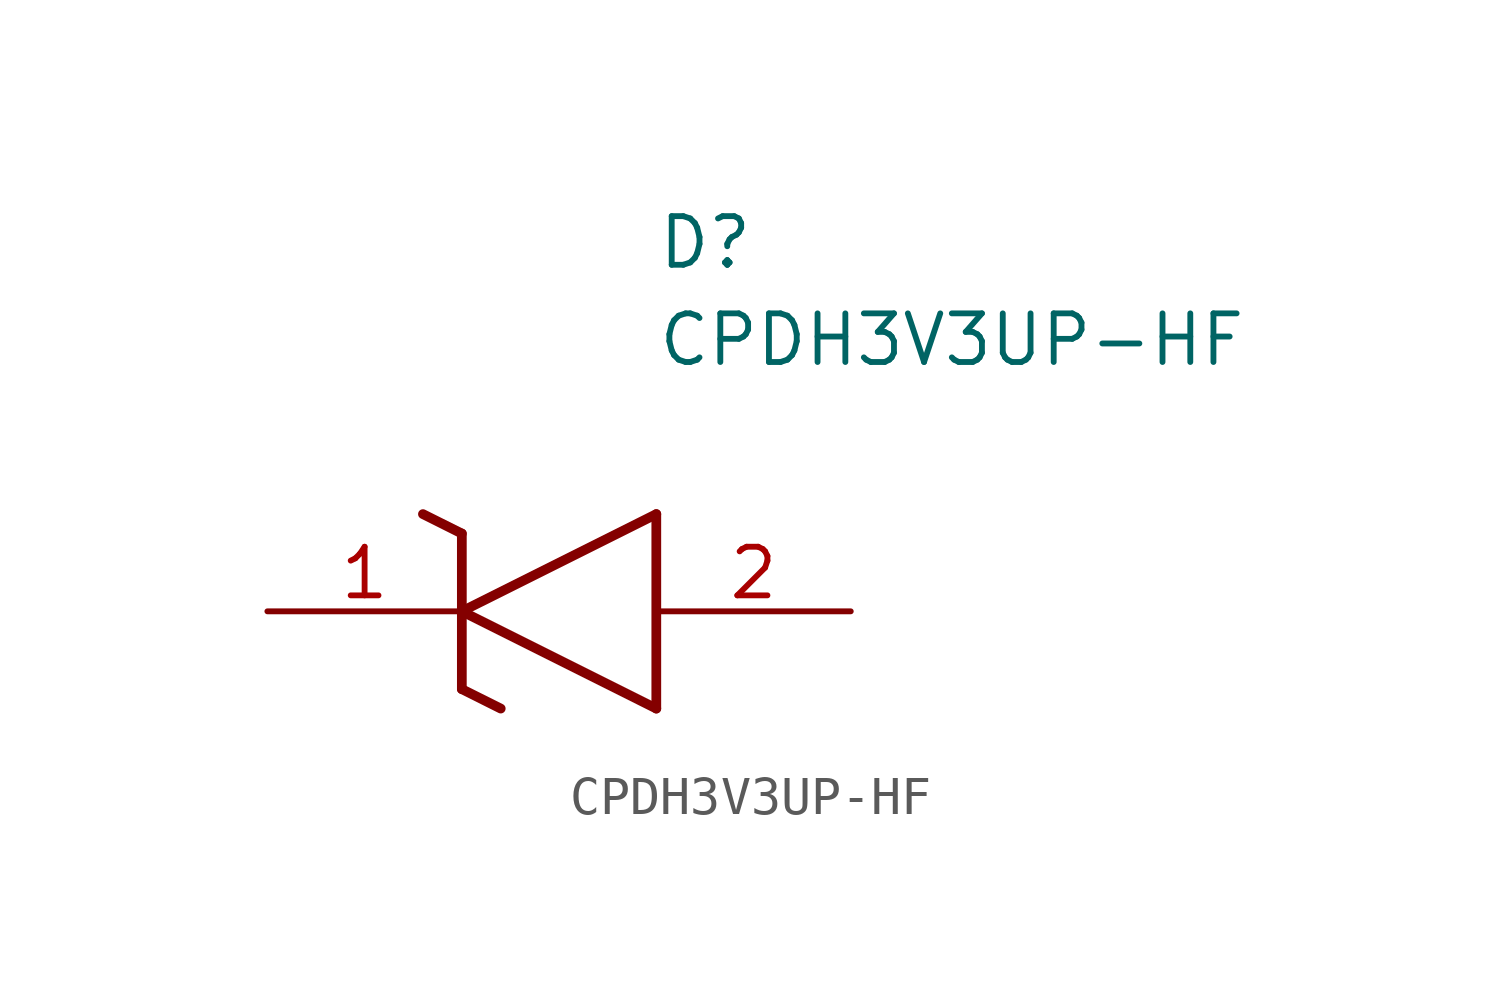
<source format=kicad_sym>
(kicad_symbol_lib
  (version 20211014)
  (generator SamacSys_ECAD_Model)
  (symbol "CPDH3V3UP-HF"
    (pin_names hide)
    (property "Reference" "D"
      (at 10.16 8.89 0)
      (effects (font (size 1.27 1.27)) (justify left bottom)))
    (property "Value" "CPDH3V3UP-HF"
      (at 10.16 6.35 0)
      (effects (font (size 1.27 1.27)) (justify left bottom)))
    (polyline
      (pts (xy 5.08 0) (xy 10.16 2.54))
      (stroke (width 0.254) (type default))
      (fill (type none)))
    (polyline
      (pts (xy 10.16 -2.54) (xy 10.16 2.54))
      (stroke (width 0.254) (type default))
      (fill (type none)))
    (polyline
      (pts (xy 10.16 -2.54) (xy 5.08 0))
      (stroke (width 0.254) (type default))
      (fill (type none)))
    (polyline
      (pts (xy 5.08 -2.032) (xy 6.096 -2.54))
      (stroke (width 0.254) (type default))
      (fill (type none)))
    (polyline
      (pts (xy 5.08 -2.032) (xy 5.08 2.032))
      (stroke (width 0.254) (type default))
      (fill (type none)))
    (polyline
      (pts (xy 4.064 2.54) (xy 5.08 2.032))
      (stroke (width 0.254) (type default))
      (fill (type none)))
    (pin passive line
      (at 0 0 0)
      (length 5.08)
      (name "K" (effects (font (size 1.27 1.27))))
      (number "1" (effects (font (size 1.27 1.27)))))
    (pin passive line
      (at 15.24 0 180)
      (length 5.08)
      (name "A" (effects (font (size 1.27 1.27))))
      (number "2" (effects (font (size 1.27 1.27)))))))
</source>
